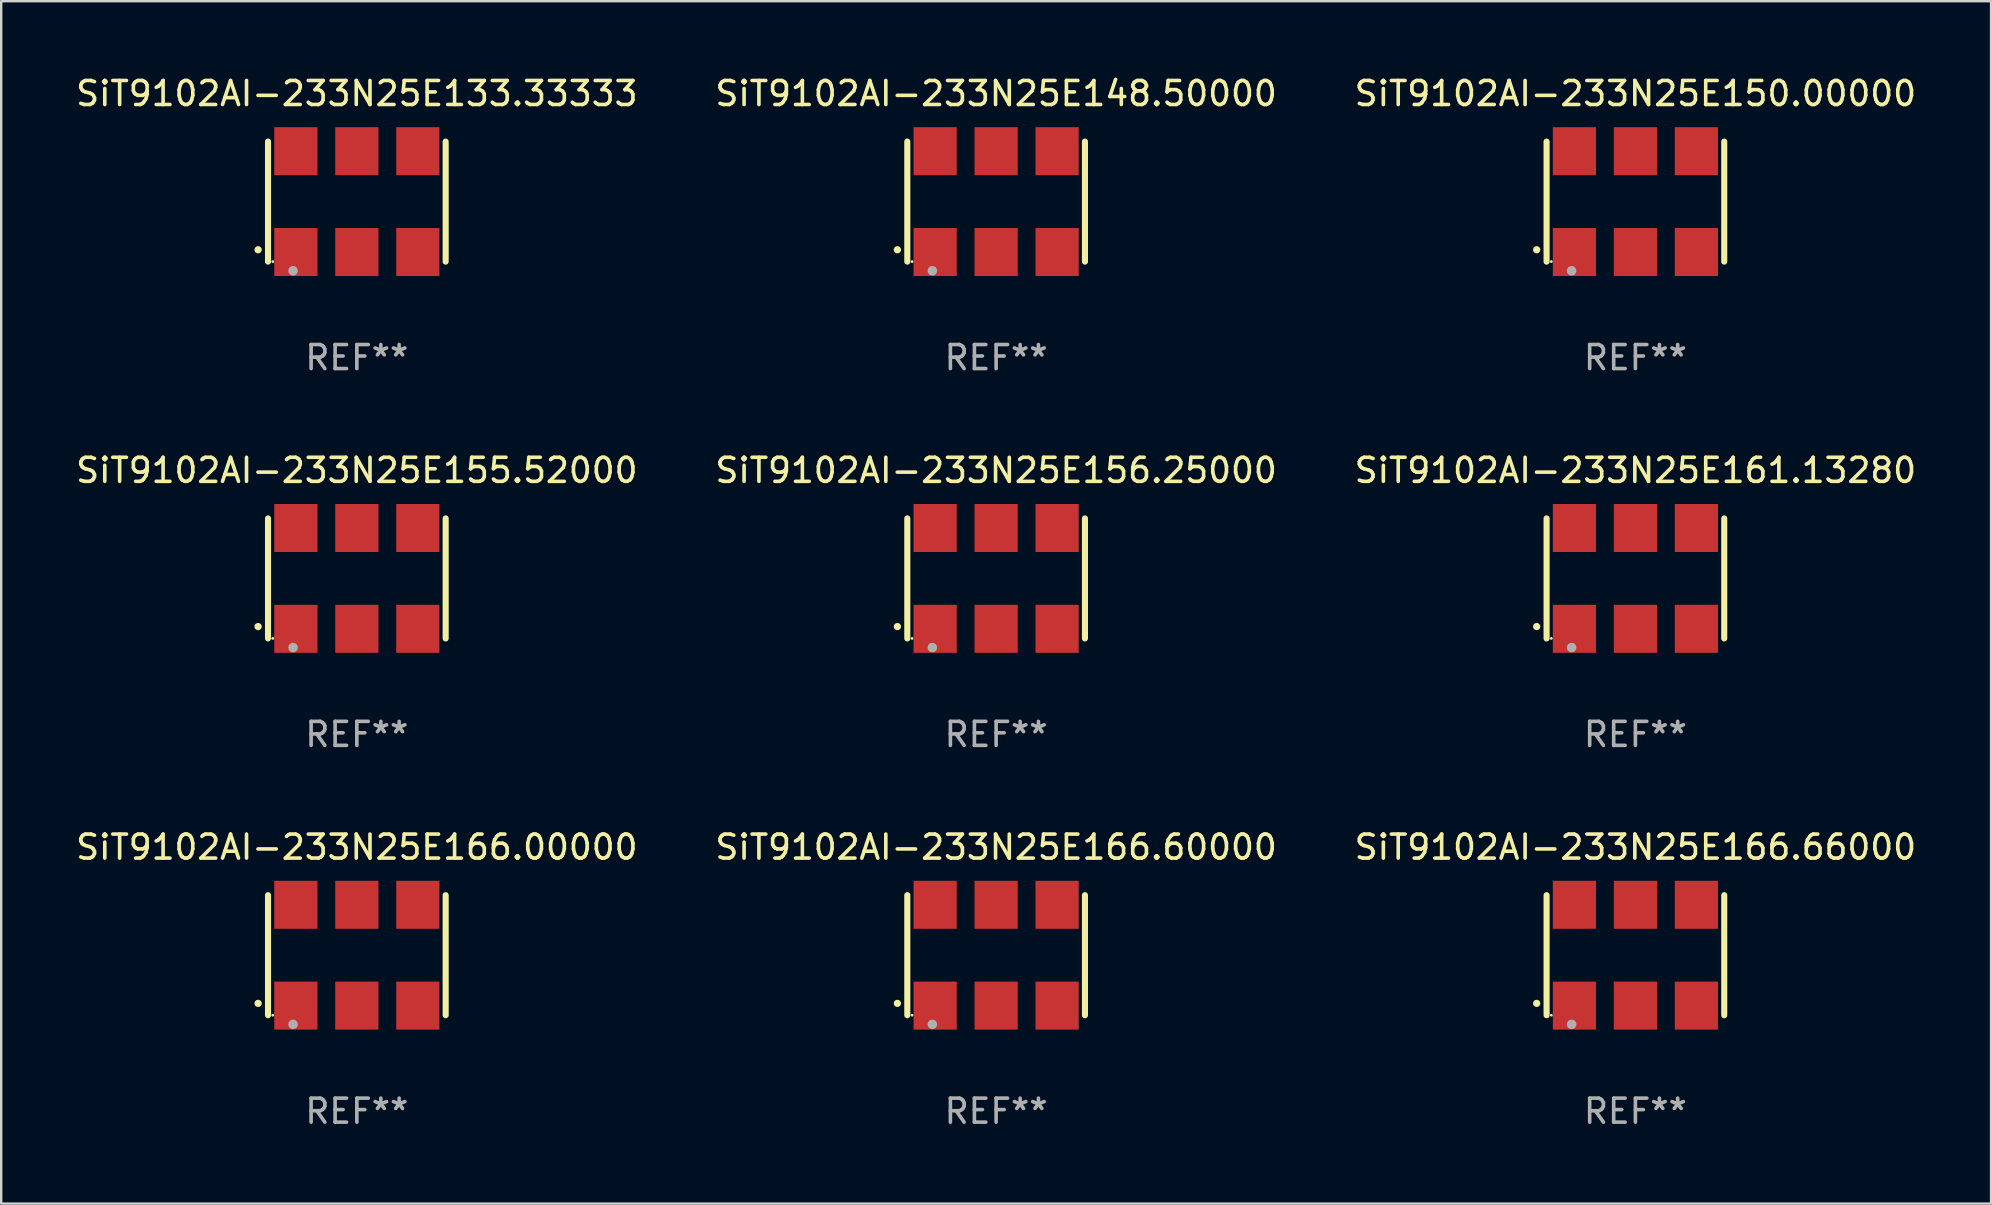
<source format=kicad_pcb>
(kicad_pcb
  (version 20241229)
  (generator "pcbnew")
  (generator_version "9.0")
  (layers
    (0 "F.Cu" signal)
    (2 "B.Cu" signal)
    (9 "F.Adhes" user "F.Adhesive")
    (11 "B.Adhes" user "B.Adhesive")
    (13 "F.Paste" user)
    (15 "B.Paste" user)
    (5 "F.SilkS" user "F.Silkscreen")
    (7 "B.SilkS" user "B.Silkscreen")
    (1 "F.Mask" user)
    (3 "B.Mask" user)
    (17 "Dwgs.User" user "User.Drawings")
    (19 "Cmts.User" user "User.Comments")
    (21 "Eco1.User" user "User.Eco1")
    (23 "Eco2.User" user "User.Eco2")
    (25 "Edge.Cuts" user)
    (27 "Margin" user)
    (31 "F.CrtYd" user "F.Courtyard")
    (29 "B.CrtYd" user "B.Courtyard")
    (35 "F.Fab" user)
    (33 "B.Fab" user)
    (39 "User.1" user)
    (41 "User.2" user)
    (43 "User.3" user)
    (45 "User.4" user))
  (footprint "SiT9102AI-233N25E133.33333"
    (layer "F.Cu")
    (at 11.815 5.348)
    (property "Reference" "SiT9102AI-233N25E133.33333" (at 0 -4.5 0) (layer "F.SilkS") (effects (font (size 1 1) (thickness 0.15))))
    (attr through_hole)
    (fp_line (start -3.7 -2.5) (end -3.7 2.5) (stroke (width 0.254) (type solid)) (layer "F.SilkS"))
    (fp_line (start 3.7 -2.5) (end 3.7 2.5) (stroke (width 0.254) (type solid)) (layer "F.SilkS"))
    (fp_arc (start -4.114415 2.006604) (mid -4.113145 2.006599) (end -4.111875 2.006604) (stroke (width 0.3) (type solid)) (layer "F.SilkS"))
    (fp_circle (center -3.502 2.5) (end -3.472 2.5) (stroke (width 0.06) (type solid)) (fill no) (layer "F.SilkS"))
    (fp_circle (center -2.657 2.882) (end -2.557 2.882) (stroke (width 0.2) (type solid)) (fill no) (layer "F.Fab"))
    (fp_text user "REF**" (at 0 6.5 0) (layer "F.Fab") (effects (font (size 1 1) (thickness 0.15))))
    (pad "1" smd rect (at -2.54 2.1) (size 1.8 2) (layers "F.Cu" "F.Mask" "F.Paste"))
    (pad "2" smd rect (at 0.000394 2.1) (size 1.8 2) (layers "F.Cu" "F.Mask" "F.Paste"))
    (pad "3" smd rect (at 2.54 2.1) (size 1.8 2) (layers "F.Cu" "F.Mask" "F.Paste"))
    (pad "4" smd rect (at 2.54 -2.1) (size 1.8 2) (layers "F.Cu" "F.Mask" "F.Paste"))
    (pad "5" smd rect (at 0.000394 -2.1) (size 1.8 2) (layers "F.Cu" "F.Mask" "F.Paste"))
    (pad "6" smd rect (at -2.54 -2.1) (size 1.8 2) (layers "F.Cu" "F.Mask" "F.Paste")))
  (footprint "SiT9102AI-233N25E166.60000"
    (layer "F.Cu")
    (at 38.446 36.741)
    (property "Reference" "SiT9102AI-233N25E166.60000" (at 0 -4.5 0) (layer "F.SilkS") (effects (font (size 1 1) (thickness 0.15))))
    (attr through_hole)
    (fp_line (start -3.7 -2.5) (end -3.7 2.5) (stroke (width 0.254) (type solid)) (layer "F.SilkS"))
    (fp_line (start 3.7 -2.5) (end 3.7 2.5) (stroke (width 0.254) (type solid)) (layer "F.SilkS"))
    (fp_arc (start -4.114415 2.006604) (mid -4.113145 2.006599) (end -4.111875 2.006604) (stroke (width 0.3) (type solid)) (layer "F.SilkS"))
    (fp_circle (center -3.502 2.5) (end -3.472 2.5) (stroke (width 0.06) (type solid)) (fill no) (layer "F.SilkS"))
    (fp_circle (center -2.657 2.882) (end -2.557 2.882) (stroke (width 0.2) (type solid)) (fill no) (layer "F.Fab"))
    (fp_text user "REF**" (at 0 6.5 0) (layer "F.Fab") (effects (font (size 1 1) (thickness 0.15))))
    (pad "1" smd rect (at -2.54 2.1) (size 1.8 2) (layers "F.Cu" "F.Mask" "F.Paste"))
    (pad "2" smd rect (at 0.000394 2.1) (size 1.8 2) (layers "F.Cu" "F.Mask" "F.Paste"))
    (pad "3" smd rect (at 2.54 2.1) (size 1.8 2) (layers "F.Cu" "F.Mask" "F.Paste"))
    (pad "4" smd rect (at 2.54 -2.1) (size 1.8 2) (layers "F.Cu" "F.Mask" "F.Paste"))
    (pad "5" smd rect (at 0.000394 -2.1) (size 1.8 2) (layers "F.Cu" "F.Mask" "F.Paste"))
    (pad "6" smd rect (at -2.54 -2.1) (size 1.8 2) (layers "F.Cu" "F.Mask" "F.Paste")))
  (footprint "SiT9102AI-233N25E166.00000"
    (layer "F.Cu")
    (at 11.815 36.741)
    (property "Reference" "SiT9102AI-233N25E166.00000" (at 0 -4.5 0) (layer "F.SilkS") (effects (font (size 1 1) (thickness 0.15))))
    (attr through_hole)
    (fp_line (start -3.7 -2.5) (end -3.7 2.5) (stroke (width 0.254) (type solid)) (layer "F.SilkS"))
    (fp_line (start 3.7 -2.5) (end 3.7 2.5) (stroke (width 0.254) (type solid)) (layer "F.SilkS"))
    (fp_arc (start -4.114415 2.006604) (mid -4.113145 2.006599) (end -4.111875 2.006604) (stroke (width 0.3) (type solid)) (layer "F.SilkS"))
    (fp_circle (center -3.502 2.5) (end -3.472 2.5) (stroke (width 0.06) (type solid)) (fill no) (layer "F.SilkS"))
    (fp_circle (center -2.657 2.882) (end -2.557 2.882) (stroke (width 0.2) (type solid)) (fill no) (layer "F.Fab"))
    (fp_text user "REF**" (at 0 6.5 0) (layer "F.Fab") (effects (font (size 1 1) (thickness 0.15))))
    (pad "1" smd rect (at -2.54 2.1) (size 1.8 2) (layers "F.Cu" "F.Mask" "F.Paste"))
    (pad "2" smd rect (at 0.000394 2.1) (size 1.8 2) (layers "F.Cu" "F.Mask" "F.Paste"))
    (pad "3" smd rect (at 2.54 2.1) (size 1.8 2) (layers "F.Cu" "F.Mask" "F.Paste"))
    (pad "4" smd rect (at 2.54 -2.1) (size 1.8 2) (layers "F.Cu" "F.Mask" "F.Paste"))
    (pad "5" smd rect (at 0.000394 -2.1) (size 1.8 2) (layers "F.Cu" "F.Mask" "F.Paste"))
    (pad "6" smd rect (at -2.54 -2.1) (size 1.8 2) (layers "F.Cu" "F.Mask" "F.Paste")))
  (footprint "SiT9102AI-233N25E148.50000"
    (layer "F.Cu")
    (at 38.446 5.348)
    (property "Reference" "SiT9102AI-233N25E148.50000" (at 0 -4.5 0) (layer "F.SilkS") (effects (font (size 1 1) (thickness 0.15))))
    (attr through_hole)
    (fp_line (start -3.7 -2.5) (end -3.7 2.5) (stroke (width 0.254) (type solid)) (layer "F.SilkS"))
    (fp_line (start 3.7 -2.5) (end 3.7 2.5) (stroke (width 0.254) (type solid)) (layer "F.SilkS"))
    (fp_arc (start -4.114415 2.006604) (mid -4.113145 2.006599) (end -4.111875 2.006604) (stroke (width 0.3) (type solid)) (layer "F.SilkS"))
    (fp_circle (center -3.502 2.5) (end -3.472 2.5) (stroke (width 0.06) (type solid)) (fill no) (layer "F.SilkS"))
    (fp_circle (center -2.657 2.882) (end -2.557 2.882) (stroke (width 0.2) (type solid)) (fill no) (layer "F.Fab"))
    (fp_text user "REF**" (at 0 6.5 0) (layer "F.Fab") (effects (font (size 1 1) (thickness 0.15))))
    (pad "1" smd rect (at -2.54 2.1) (size 1.8 2) (layers "F.Cu" "F.Mask" "F.Paste"))
    (pad "2" smd rect (at 0.000394 2.1) (size 1.8 2) (layers "F.Cu" "F.Mask" "F.Paste"))
    (pad "3" smd rect (at 2.54 2.1) (size 1.8 2) (layers "F.Cu" "F.Mask" "F.Paste"))
    (pad "4" smd rect (at 2.54 -2.1) (size 1.8 2) (layers "F.Cu" "F.Mask" "F.Paste"))
    (pad "5" smd rect (at 0.000394 -2.1) (size 1.8 2) (layers "F.Cu" "F.Mask" "F.Paste"))
    (pad "6" smd rect (at -2.54 -2.1) (size 1.8 2) (layers "F.Cu" "F.Mask" "F.Paste")))
  (footprint "SiT9102AI-233N25E156.25000"
    (layer "F.Cu")
    (at 38.446 21.045)
    (property "Reference" "SiT9102AI-233N25E156.25000" (at 0 -4.5 0) (layer "F.SilkS") (effects (font (size 1 1) (thickness 0.15))))
    (attr through_hole)
    (fp_line (start -3.7 -2.5) (end -3.7 2.5) (stroke (width 0.254) (type solid)) (layer "F.SilkS"))
    (fp_line (start 3.7 -2.5) (end 3.7 2.5) (stroke (width 0.254) (type solid)) (layer "F.SilkS"))
    (fp_arc (start -4.114415 2.006604) (mid -4.113145 2.006599) (end -4.111875 2.006604) (stroke (width 0.3) (type solid)) (layer "F.SilkS"))
    (fp_circle (center -3.502 2.5) (end -3.472 2.5) (stroke (width 0.06) (type solid)) (fill no) (layer "F.SilkS"))
    (fp_circle (center -2.657 2.882) (end -2.557 2.882) (stroke (width 0.2) (type solid)) (fill no) (layer "F.Fab"))
    (fp_text user "REF**" (at 0 6.5 0) (layer "F.Fab") (effects (font (size 1 1) (thickness 0.15))))
    (pad "1" smd rect (at -2.54 2.1) (size 1.8 2) (layers "F.Cu" "F.Mask" "F.Paste"))
    (pad "2" smd rect (at 0.000394 2.1) (size 1.8 2) (layers "F.Cu" "F.Mask" "F.Paste"))
    (pad "3" smd rect (at 2.54 2.1) (size 1.8 2) (layers "F.Cu" "F.Mask" "F.Paste"))
    (pad "4" smd rect (at 2.54 -2.1) (size 1.8 2) (layers "F.Cu" "F.Mask" "F.Paste"))
    (pad "5" smd rect (at 0.000394 -2.1) (size 1.8 2) (layers "F.Cu" "F.Mask" "F.Paste"))
    (pad "6" smd rect (at -2.54 -2.1) (size 1.8 2) (layers "F.Cu" "F.Mask" "F.Paste")))
  (footprint "SiT9102AI-233N25E150.00000"
    (layer "F.Cu")
    (at 65.077 5.348)
    (property "Reference" "SiT9102AI-233N25E150.00000" (at 0 -4.5 0) (layer "F.SilkS") (effects (font (size 1 1) (thickness 0.15))))
    (attr through_hole)
    (fp_line (start -3.7 -2.5) (end -3.7 2.5) (stroke (width 0.254) (type solid)) (layer "F.SilkS"))
    (fp_line (start 3.7 -2.5) (end 3.7 2.5) (stroke (width 0.254) (type solid)) (layer "F.SilkS"))
    (fp_arc (start -4.114415 2.006604) (mid -4.113145 2.006599) (end -4.111875 2.006604) (stroke (width 0.3) (type solid)) (layer "F.SilkS"))
    (fp_circle (center -3.502 2.5) (end -3.472 2.5) (stroke (width 0.06) (type solid)) (fill no) (layer "F.SilkS"))
    (fp_circle (center -2.657 2.882) (end -2.557 2.882) (stroke (width 0.2) (type solid)) (fill no) (layer "F.Fab"))
    (fp_text user "REF**" (at 0 6.5 0) (layer "F.Fab") (effects (font (size 1 1) (thickness 0.15))))
    (pad "1" smd rect (at -2.54 2.1) (size 1.8 2) (layers "F.Cu" "F.Mask" "F.Paste"))
    (pad "2" smd rect (at 0.000394 2.1) (size 1.8 2) (layers "F.Cu" "F.Mask" "F.Paste"))
    (pad "3" smd rect (at 2.54 2.1) (size 1.8 2) (layers "F.Cu" "F.Mask" "F.Paste"))
    (pad "4" smd rect (at 2.54 -2.1) (size 1.8 2) (layers "F.Cu" "F.Mask" "F.Paste"))
    (pad "5" smd rect (at 0.000394 -2.1) (size 1.8 2) (layers "F.Cu" "F.Mask" "F.Paste"))
    (pad "6" smd rect (at -2.54 -2.1) (size 1.8 2) (layers "F.Cu" "F.Mask" "F.Paste")))
  (footprint "SiT9102AI-233N25E166.66000"
    (layer "F.Cu")
    (at 65.077 36.741)
    (property "Reference" "SiT9102AI-233N25E166.66000" (at 0 -4.5 0) (layer "F.SilkS") (effects (font (size 1 1) (thickness 0.15))))
    (attr through_hole)
    (fp_line (start -3.7 -2.5) (end -3.7 2.5) (stroke (width 0.254) (type solid)) (layer "F.SilkS"))
    (fp_line (start 3.7 -2.5) (end 3.7 2.5) (stroke (width 0.254) (type solid)) (layer "F.SilkS"))
    (fp_arc (start -4.114415 2.006604) (mid -4.113145 2.006599) (end -4.111875 2.006604) (stroke (width 0.3) (type solid)) (layer "F.SilkS"))
    (fp_circle (center -3.502 2.5) (end -3.472 2.5) (stroke (width 0.06) (type solid)) (fill no) (layer "F.SilkS"))
    (fp_circle (center -2.657 2.882) (end -2.557 2.882) (stroke (width 0.2) (type solid)) (fill no) (layer "F.Fab"))
    (fp_text user "REF**" (at 0 6.5 0) (layer "F.Fab") (effects (font (size 1 1) (thickness 0.15))))
    (pad "1" smd rect (at -2.54 2.1) (size 1.8 2) (layers "F.Cu" "F.Mask" "F.Paste"))
    (pad "2" smd rect (at 0.000394 2.1) (size 1.8 2) (layers "F.Cu" "F.Mask" "F.Paste"))
    (pad "3" smd rect (at 2.54 2.1) (size 1.8 2) (layers "F.Cu" "F.Mask" "F.Paste"))
    (pad "4" smd rect (at 2.54 -2.1) (size 1.8 2) (layers "F.Cu" "F.Mask" "F.Paste"))
    (pad "5" smd rect (at 0.000394 -2.1) (size 1.8 2) (layers "F.Cu" "F.Mask" "F.Paste"))
    (pad "6" smd rect (at -2.54 -2.1) (size 1.8 2) (layers "F.Cu" "F.Mask" "F.Paste")))
  (footprint "SiT9102AI-233N25E155.52000"
    (layer "F.Cu")
    (at 11.815 21.045)
    (property "Reference" "SiT9102AI-233N25E155.52000" (at 0 -4.5 0) (layer "F.SilkS") (effects (font (size 1 1) (thickness 0.15))))
    (attr through_hole)
    (fp_line (start -3.7 -2.5) (end -3.7 2.5) (stroke (width 0.254) (type solid)) (layer "F.SilkS"))
    (fp_line (start 3.7 -2.5) (end 3.7 2.5) (stroke (width 0.254) (type solid)) (layer "F.SilkS"))
    (fp_arc (start -4.114415 2.006604) (mid -4.113145 2.006599) (end -4.111875 2.006604) (stroke (width 0.3) (type solid)) (layer "F.SilkS"))
    (fp_circle (center -3.502 2.5) (end -3.472 2.5) (stroke (width 0.06) (type solid)) (fill no) (layer "F.SilkS"))
    (fp_circle (center -2.657 2.882) (end -2.557 2.882) (stroke (width 0.2) (type solid)) (fill no) (layer "F.Fab"))
    (fp_text user "REF**" (at 0 6.5 0) (layer "F.Fab") (effects (font (size 1 1) (thickness 0.15))))
    (pad "1" smd rect (at -2.54 2.1) (size 1.8 2) (layers "F.Cu" "F.Mask" "F.Paste"))
    (pad "2" smd rect (at 0.000394 2.1) (size 1.8 2) (layers "F.Cu" "F.Mask" "F.Paste"))
    (pad "3" smd rect (at 2.54 2.1) (size 1.8 2) (layers "F.Cu" "F.Mask" "F.Paste"))
    (pad "4" smd rect (at 2.54 -2.1) (size 1.8 2) (layers "F.Cu" "F.Mask" "F.Paste"))
    (pad "5" smd rect (at 0.000394 -2.1) (size 1.8 2) (layers "F.Cu" "F.Mask" "F.Paste"))
    (pad "6" smd rect (at -2.54 -2.1) (size 1.8 2) (layers "F.Cu" "F.Mask" "F.Paste")))
  (footprint "SiT9102AI-233N25E161.13280"
    (layer "F.Cu")
    (at 65.077 21.045)
    (property "Reference" "SiT9102AI-233N25E161.13280" (at 0 -4.5 0) (layer "F.SilkS") (effects (font (size 1 1) (thickness 0.15))))
    (attr through_hole)
    (fp_line (start -3.7 -2.5) (end -3.7 2.5) (stroke (width 0.254) (type solid)) (layer "F.SilkS"))
    (fp_line (start 3.7 -2.5) (end 3.7 2.5) (stroke (width 0.254) (type solid)) (layer "F.SilkS"))
    (fp_arc (start -4.114415 2.006604) (mid -4.113145 2.006599) (end -4.111875 2.006604) (stroke (width 0.3) (type solid)) (layer "F.SilkS"))
    (fp_circle (center -3.502 2.5) (end -3.472 2.5) (stroke (width 0.06) (type solid)) (fill no) (layer "F.SilkS"))
    (fp_circle (center -2.657 2.882) (end -2.557 2.882) (stroke (width 0.2) (type solid)) (fill no) (layer "F.Fab"))
    (fp_text user "REF**" (at 0 6.5 0) (layer "F.Fab") (effects (font (size 1 1) (thickness 0.15))))
    (pad "1" smd rect (at -2.54 2.1) (size 1.8 2) (layers "F.Cu" "F.Mask" "F.Paste"))
    (pad "2" smd rect (at 0.000394 2.1) (size 1.8 2) (layers "F.Cu" "F.Mask" "F.Paste"))
    (pad "3" smd rect (at 2.54 2.1) (size 1.8 2) (layers "F.Cu" "F.Mask" "F.Paste"))
    (pad "4" smd rect (at 2.54 -2.1) (size 1.8 2) (layers "F.Cu" "F.Mask" "F.Paste"))
    (pad "5" smd rect (at 0.000394 -2.1) (size 1.8 2) (layers "F.Cu" "F.Mask" "F.Paste"))
    (pad "6" smd rect (at -2.54 -2.1) (size 1.8 2) (layers "F.Cu" "F.Mask" "F.Paste")))
  (gr_rect
    (start -3 -3)
    (end 79.893 47.09)
    (stroke (width 0.1) (type default))
    (fill no)
    (layer "Edge.Cuts")))
</source>
